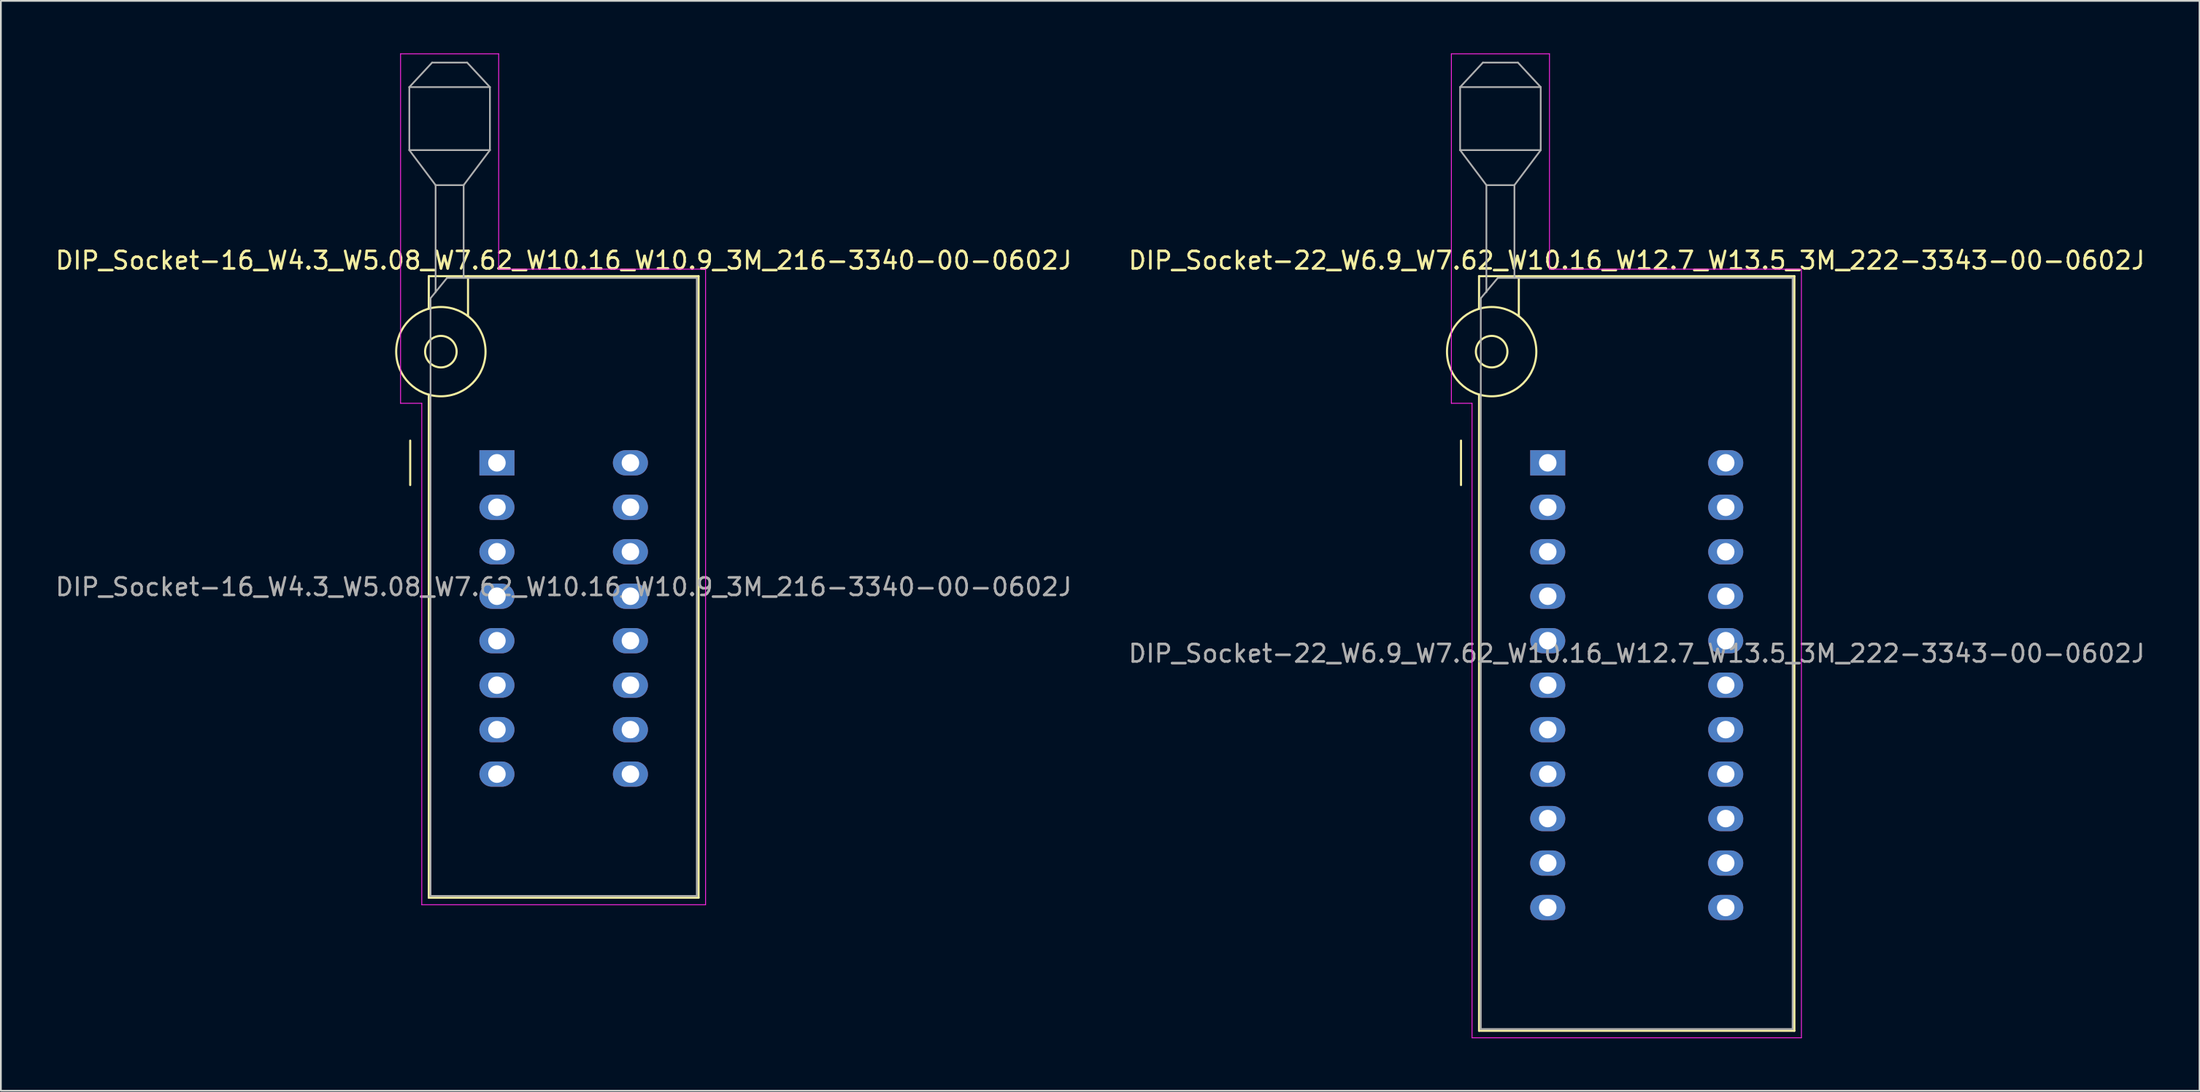
<source format=kicad_pcb>
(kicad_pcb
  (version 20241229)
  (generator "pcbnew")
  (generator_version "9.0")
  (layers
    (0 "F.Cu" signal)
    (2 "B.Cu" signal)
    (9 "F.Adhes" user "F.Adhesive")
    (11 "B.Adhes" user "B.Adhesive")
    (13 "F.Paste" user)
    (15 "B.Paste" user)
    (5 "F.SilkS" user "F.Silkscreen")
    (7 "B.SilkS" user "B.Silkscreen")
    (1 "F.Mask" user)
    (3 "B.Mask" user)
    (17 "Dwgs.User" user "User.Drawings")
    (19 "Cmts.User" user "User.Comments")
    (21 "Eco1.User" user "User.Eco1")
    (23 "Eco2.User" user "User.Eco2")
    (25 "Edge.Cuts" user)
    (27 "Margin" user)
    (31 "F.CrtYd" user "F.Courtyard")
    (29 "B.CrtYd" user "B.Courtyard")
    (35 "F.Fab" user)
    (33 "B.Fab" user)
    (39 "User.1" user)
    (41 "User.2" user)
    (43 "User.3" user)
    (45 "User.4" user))
  (footprint "DIP_Socket-22_W6.9_W7.62_W10.16_W12.7_W13.5_3M_222-3343-00-0602J"
    (layer "F.Cu")
    (at 85.295 23.385)
    (property "Reference" "DIP_Socket-22_W6.9_W7.62_W10.16_W12.7_W13.5_3M_222-3343-00-0602J" (at 5.08 -11.56 0) (layer "F.SilkS") (effects (font (size 1 1) (thickness 0.15))))
    (attr through_hole)
    (fp_line (start -4.95 1.27) (end -4.95 -1.27) (stroke (width 0.12) (type solid)) (layer "F.SilkS"))
    (fp_line (start -3.92 -10.66) (end -3.92 -8.8) (stroke (width 0.12) (type solid)) (layer "F.SilkS"))
    (fp_line (start -3.92 -3.9) (end -3.92 32.44) (stroke (width 0.12) (type solid)) (layer "F.SilkS"))
    (fp_line (start -3.92 32.44) (end 14.08 32.44) (stroke (width 0.12) (type solid)) (layer "F.SilkS"))
    (fp_line (start -1.65 -10.66) (end -1.65 -8.4) (stroke (width 0.12) (type solid)) (layer "F.SilkS"))
    (fp_line (start 14.08 -10.66) (end -3.92 -10.66) (stroke (width 0.12) (type solid)) (layer "F.SilkS"))
    (fp_line (start 14.08 32.44) (end 14.08 -10.66) (stroke (width 0.12) (type solid)) (layer "F.SilkS"))
    (fp_circle (center -3.2 -6.35) (end -2.3 -6.35) (stroke (width 0.12) (type solid)) (fill no) (layer "F.SilkS"))
    (fp_circle (center -3.2 -6.35) (end -0.65 -6.35) (stroke (width 0.12) (type solid)) (fill no) (layer "F.SilkS"))
    (fp_line (start -5.5 -23.36) (end 0.1 -23.36) (stroke (width 0.05) (type solid)) (layer "F.CrtYd"))
    (fp_line (start -5.5 -3.4) (end -5.5 -23.36) (stroke (width 0.05) (type solid)) (layer "F.CrtYd"))
    (fp_line (start -4.32 -3.4) (end -5.5 -3.4) (stroke (width 0.05) (type solid)) (layer "F.CrtYd"))
    (fp_line (start -4.32 32.84) (end -4.32 -3.4) (stroke (width 0.05) (type solid)) (layer "F.CrtYd"))
    (fp_line (start 0.1 -23.36) (end 0.1 -11.06) (stroke (width 0.05) (type solid)) (layer "F.CrtYd"))
    (fp_line (start 0.1 -11.06) (end 14.48 -11.06) (stroke (width 0.05) (type solid)) (layer "F.CrtYd"))
    (fp_line (start 14.48 -11.06) (end 14.48 32.84) (stroke (width 0.05) (type solid)) (layer "F.CrtYd"))
    (fp_line (start 14.48 32.84) (end -4.32 32.84) (stroke (width 0.05) (type solid)) (layer "F.CrtYd"))
    (fp_line (start -5 -21.46) (end -5 -17.86) (stroke (width 0.1) (type solid)) (layer "F.Fab"))
    (fp_line (start -5 -21.46) (end -3.7 -22.86) (stroke (width 0.1) (type solid)) (layer "F.Fab"))
    (fp_line (start -5 -17.86) (end -3.5 -15.86) (stroke (width 0.1) (type solid)) (layer "F.Fab"))
    (fp_line (start -5 -17.86) (end -0.4 -17.86) (stroke (width 0.1) (type solid)) (layer "F.Fab"))
    (fp_line (start -3.82 -9.4) (end -2.85 -10.56) (stroke (width 0.1) (type solid)) (layer "F.Fab"))
    (fp_line (start -3.82 32.34) (end -3.82 -9.4) (stroke (width 0.1) (type solid)) (layer "F.Fab"))
    (fp_line (start -3.7 -22.86) (end -1.7 -22.86) (stroke (width 0.1) (type solid)) (layer "F.Fab"))
    (fp_line (start -3.5 -15.86) (end -1.9 -15.86) (stroke (width 0.1) (type solid)) (layer "F.Fab"))
    (fp_line (start -3.5 -9.75) (end -3.5 -15.86) (stroke (width 0.1) (type solid)) (layer "F.Fab"))
    (fp_line (start -2.85 -10.56) (end 13.98 -10.56) (stroke (width 0.1) (type solid)) (layer "F.Fab"))
    (fp_line (start -1.9 -15.86) (end -1.9 -10.56) (stroke (width 0.1) (type solid)) (layer "F.Fab"))
    (fp_line (start -1.7 -22.86) (end -0.4 -21.46) (stroke (width 0.1) (type solid)) (layer "F.Fab"))
    (fp_line (start -0.4 -21.46) (end -5 -21.46) (stroke (width 0.1) (type solid)) (layer "F.Fab"))
    (fp_line (start -0.4 -17.86) (end -1.9 -15.86) (stroke (width 0.1) (type solid)) (layer "F.Fab"))
    (fp_line (start -0.4 -17.86) (end -0.4 -21.46) (stroke (width 0.1) (type solid)) (layer "F.Fab"))
    (fp_line (start 13.98 -10.56) (end 13.98 32.34) (stroke (width 0.1) (type solid)) (layer "F.Fab"))
    (fp_line (start 13.98 32.34) (end -3.82 32.34) (stroke (width 0.1) (type solid)) (layer "F.Fab"))
    (fp_text user "${REFERENCE}" (at 5.08 10.89 0) (layer "F.Fab") (effects (font (size 1 1) (thickness 0.15))))
    (pad "1" thru_hole rect (at 0 0) (size 2 1.44) (drill 1) (layers "*.Cu" "*.Mask"))
    (pad "2" thru_hole oval (at 0 2.54) (size 2 1.44) (drill 1) (layers "*.Cu" "*.Mask"))
    (pad "3" thru_hole oval (at 0 5.08) (size 2 1.44) (drill 1) (layers "*.Cu" "*.Mask"))
    (pad "4" thru_hole oval (at 0 7.62) (size 2 1.44) (drill 1) (layers "*.Cu" "*.Mask"))
    (pad "5" thru_hole oval (at 0 10.16) (size 2 1.44) (drill 1) (layers "*.Cu" "*.Mask"))
    (pad "6" thru_hole oval (at 0 12.7) (size 2 1.44) (drill 1) (layers "*.Cu" "*.Mask"))
    (pad "7" thru_hole oval (at 0 15.24) (size 2 1.44) (drill 1) (layers "*.Cu" "*.Mask"))
    (pad "8" thru_hole oval (at 0 17.78) (size 2 1.44) (drill 1) (layers "*.Cu" "*.Mask"))
    (pad "9" thru_hole oval (at 0 20.32) (size 2 1.44) (drill 1) (layers "*.Cu" "*.Mask"))
    (pad "10" thru_hole oval (at 0 22.86) (size 2 1.44) (drill 1) (layers "*.Cu" "*.Mask"))
    (pad "11" thru_hole oval (at 0 25.4) (size 2 1.44) (drill 1) (layers "*.Cu" "*.Mask"))
    (pad "12" thru_hole oval (at 10.16 25.4) (size 2 1.44) (drill 1) (layers "*.Cu" "*.Mask"))
    (pad "13" thru_hole oval (at 10.16 22.86) (size 2 1.44) (drill 1) (layers "*.Cu" "*.Mask"))
    (pad "14" thru_hole oval (at 10.16 20.32) (size 2 1.44) (drill 1) (layers "*.Cu" "*.Mask"))
    (pad "15" thru_hole oval (at 10.16 17.78) (size 2 1.44) (drill 1) (layers "*.Cu" "*.Mask"))
    (pad "16" thru_hole oval (at 10.16 15.24) (size 2 1.44) (drill 1) (layers "*.Cu" "*.Mask"))
    (pad "17" thru_hole oval (at 10.16 12.7) (size 2 1.44) (drill 1) (layers "*.Cu" "*.Mask"))
    (pad "18" thru_hole oval (at 10.16 10.16) (size 2 1.44) (drill 1) (layers "*.Cu" "*.Mask"))
    (pad "19" thru_hole oval (at 10.16 7.62) (size 2 1.44) (drill 1) (layers "*.Cu" "*.Mask"))
    (pad "20" thru_hole oval (at 10.16 5.08) (size 2 1.44) (drill 1) (layers "*.Cu" "*.Mask"))
    (pad "21" thru_hole oval (at 10.16 2.54) (size 2 1.44) (drill 1) (layers "*.Cu" "*.Mask"))
    (pad "22" thru_hole oval (at 10.16 0) (size 2 1.44) (drill 1) (layers "*.Cu" "*.Mask")))
  (footprint "DIP_Socket-16_W4.3_W5.08_W7.62_W10.16_W10.9_3M_216-3340-00-0602J"
    (layer "F.Cu")
    (at 25.315 23.385)
    (property "Reference" "DIP_Socket-16_W4.3_W5.08_W7.62_W10.16_W10.9_3M_216-3340-00-0602J" (at 3.81 -11.56 0) (layer "F.SilkS") (effects (font (size 1 1) (thickness 0.15))))
    (attr through_hole)
    (fp_line (start -4.95 1.27) (end -4.95 -1.27) (stroke (width 0.12) (type solid)) (layer "F.SilkS"))
    (fp_line (start -3.89 -10.66) (end -3.89 -8.8) (stroke (width 0.12) (type solid)) (layer "F.SilkS"))
    (fp_line (start -3.89 -3.9) (end -3.89 24.84) (stroke (width 0.12) (type solid)) (layer "F.SilkS"))
    (fp_line (start -3.89 24.84) (end 11.51 24.84) (stroke (width 0.12) (type solid)) (layer "F.SilkS"))
    (fp_line (start -1.65 -10.66) (end -1.65 -8.4) (stroke (width 0.12) (type solid)) (layer "F.SilkS"))
    (fp_line (start 11.51 -10.66) (end -3.89 -10.66) (stroke (width 0.12) (type solid)) (layer "F.SilkS"))
    (fp_line (start 11.51 24.84) (end 11.51 -10.66) (stroke (width 0.12) (type solid)) (layer "F.SilkS"))
    (fp_circle (center -3.2 -6.35) (end -2.3 -6.35) (stroke (width 0.12) (type solid)) (fill no) (layer "F.SilkS"))
    (fp_circle (center -3.2 -6.35) (end -0.65 -6.35) (stroke (width 0.12) (type solid)) (fill no) (layer "F.SilkS"))
    (fp_line (start -5.5 -23.36) (end 0.1 -23.36) (stroke (width 0.05) (type solid)) (layer "F.CrtYd"))
    (fp_line (start -5.5 -3.4) (end -5.5 -23.36) (stroke (width 0.05) (type solid)) (layer "F.CrtYd"))
    (fp_line (start -4.29 -3.4) (end -5.5 -3.4) (stroke (width 0.05) (type solid)) (layer "F.CrtYd"))
    (fp_line (start -4.29 25.24) (end -4.29 -3.4) (stroke (width 0.05) (type solid)) (layer "F.CrtYd"))
    (fp_line (start 0.1 -23.36) (end 0.1 -11.06) (stroke (width 0.05) (type solid)) (layer "F.CrtYd"))
    (fp_line (start 0.1 -11.06) (end 11.91 -11.06) (stroke (width 0.05) (type solid)) (layer "F.CrtYd"))
    (fp_line (start 11.91 -11.06) (end 11.91 25.24) (stroke (width 0.05) (type solid)) (layer "F.CrtYd"))
    (fp_line (start 11.91 25.24) (end -4.29 25.24) (stroke (width 0.05) (type solid)) (layer "F.CrtYd"))
    (fp_line (start -5 -21.46) (end -5 -17.86) (stroke (width 0.1) (type solid)) (layer "F.Fab"))
    (fp_line (start -5 -21.46) (end -3.7 -22.86) (stroke (width 0.1) (type solid)) (layer "F.Fab"))
    (fp_line (start -5 -17.86) (end -3.5 -15.86) (stroke (width 0.1) (type solid)) (layer "F.Fab"))
    (fp_line (start -5 -17.86) (end -0.4 -17.86) (stroke (width 0.1) (type solid)) (layer "F.Fab"))
    (fp_line (start -3.79 -9.4) (end -2.85 -10.56) (stroke (width 0.1) (type solid)) (layer "F.Fab"))
    (fp_line (start -3.79 24.74) (end -3.79 -9.4) (stroke (width 0.1) (type solid)) (layer "F.Fab"))
    (fp_line (start -3.7 -22.86) (end -1.7 -22.86) (stroke (width 0.1) (type solid)) (layer "F.Fab"))
    (fp_line (start -3.5 -15.86) (end -1.9 -15.86) (stroke (width 0.1) (type solid)) (layer "F.Fab"))
    (fp_line (start -3.5 -9.75) (end -3.5 -15.86) (stroke (width 0.1) (type solid)) (layer "F.Fab"))
    (fp_line (start -2.85 -10.56) (end 11.41 -10.56) (stroke (width 0.1) (type solid)) (layer "F.Fab"))
    (fp_line (start -1.9 -15.86) (end -1.9 -10.56) (stroke (width 0.1) (type solid)) (layer "F.Fab"))
    (fp_line (start -1.7 -22.86) (end -0.4 -21.46) (stroke (width 0.1) (type solid)) (layer "F.Fab"))
    (fp_line (start -0.4 -21.46) (end -5 -21.46) (stroke (width 0.1) (type solid)) (layer "F.Fab"))
    (fp_line (start -0.4 -17.86) (end -1.9 -15.86) (stroke (width 0.1) (type solid)) (layer "F.Fab"))
    (fp_line (start -0.4 -17.86) (end -0.4 -21.46) (stroke (width 0.1) (type solid)) (layer "F.Fab"))
    (fp_line (start 11.41 -10.56) (end 11.41 24.74) (stroke (width 0.1) (type solid)) (layer "F.Fab"))
    (fp_line (start 11.41 24.74) (end -3.79 24.74) (stroke (width 0.1) (type solid)) (layer "F.Fab"))
    (fp_text user "${REFERENCE}" (at 3.81 7.09 0) (layer "F.Fab") (effects (font (size 1 1) (thickness 0.15))))
    (pad "1" thru_hole rect (at 0 0) (size 2 1.44) (drill 1) (layers "*.Cu" "*.Mask"))
    (pad "2" thru_hole oval (at 0 2.54) (size 2 1.44) (drill 1) (layers "*.Cu" "*.Mask"))
    (pad "3" thru_hole oval (at 0 5.08) (size 2 1.44) (drill 1) (layers "*.Cu" "*.Mask"))
    (pad "4" thru_hole oval (at 0 7.62) (size 2 1.44) (drill 1) (layers "*.Cu" "*.Mask"))
    (pad "5" thru_hole oval (at 0 10.16) (size 2 1.44) (drill 1) (layers "*.Cu" "*.Mask"))
    (pad "6" thru_hole oval (at 0 12.7) (size 2 1.44) (drill 1) (layers "*.Cu" "*.Mask"))
    (pad "7" thru_hole oval (at 0 15.24) (size 2 1.44) (drill 1) (layers "*.Cu" "*.Mask"))
    (pad "8" thru_hole oval (at 0 17.78) (size 2 1.44) (drill 1) (layers "*.Cu" "*.Mask"))
    (pad "9" thru_hole oval (at 7.62 17.78) (size 2 1.44) (drill 1) (layers "*.Cu" "*.Mask"))
    (pad "10" thru_hole oval (at 7.62 15.24) (size 2 1.44) (drill 1) (layers "*.Cu" "*.Mask"))
    (pad "11" thru_hole oval (at 7.62 12.7) (size 2 1.44) (drill 1) (layers "*.Cu" "*.Mask"))
    (pad "12" thru_hole oval (at 7.62 10.16) (size 2 1.44) (drill 1) (layers "*.Cu" "*.Mask"))
    (pad "13" thru_hole oval (at 7.62 7.62) (size 2 1.44) (drill 1) (layers "*.Cu" "*.Mask"))
    (pad "14" thru_hole oval (at 7.62 5.08) (size 2 1.44) (drill 1) (layers "*.Cu" "*.Mask"))
    (pad "15" thru_hole oval (at 7.62 2.54) (size 2 1.44) (drill 1) (layers "*.Cu" "*.Mask"))
    (pad "16" thru_hole oval (at 7.62 0) (size 2 1.44) (drill 1) (layers "*.Cu" "*.Mask")))
  (gr_rect
    (start -3 -3)
    (end 122.5 59.25)
    (stroke (width 0.1) (type default))
    (fill no)
    (layer "Edge.Cuts")))
</source>
